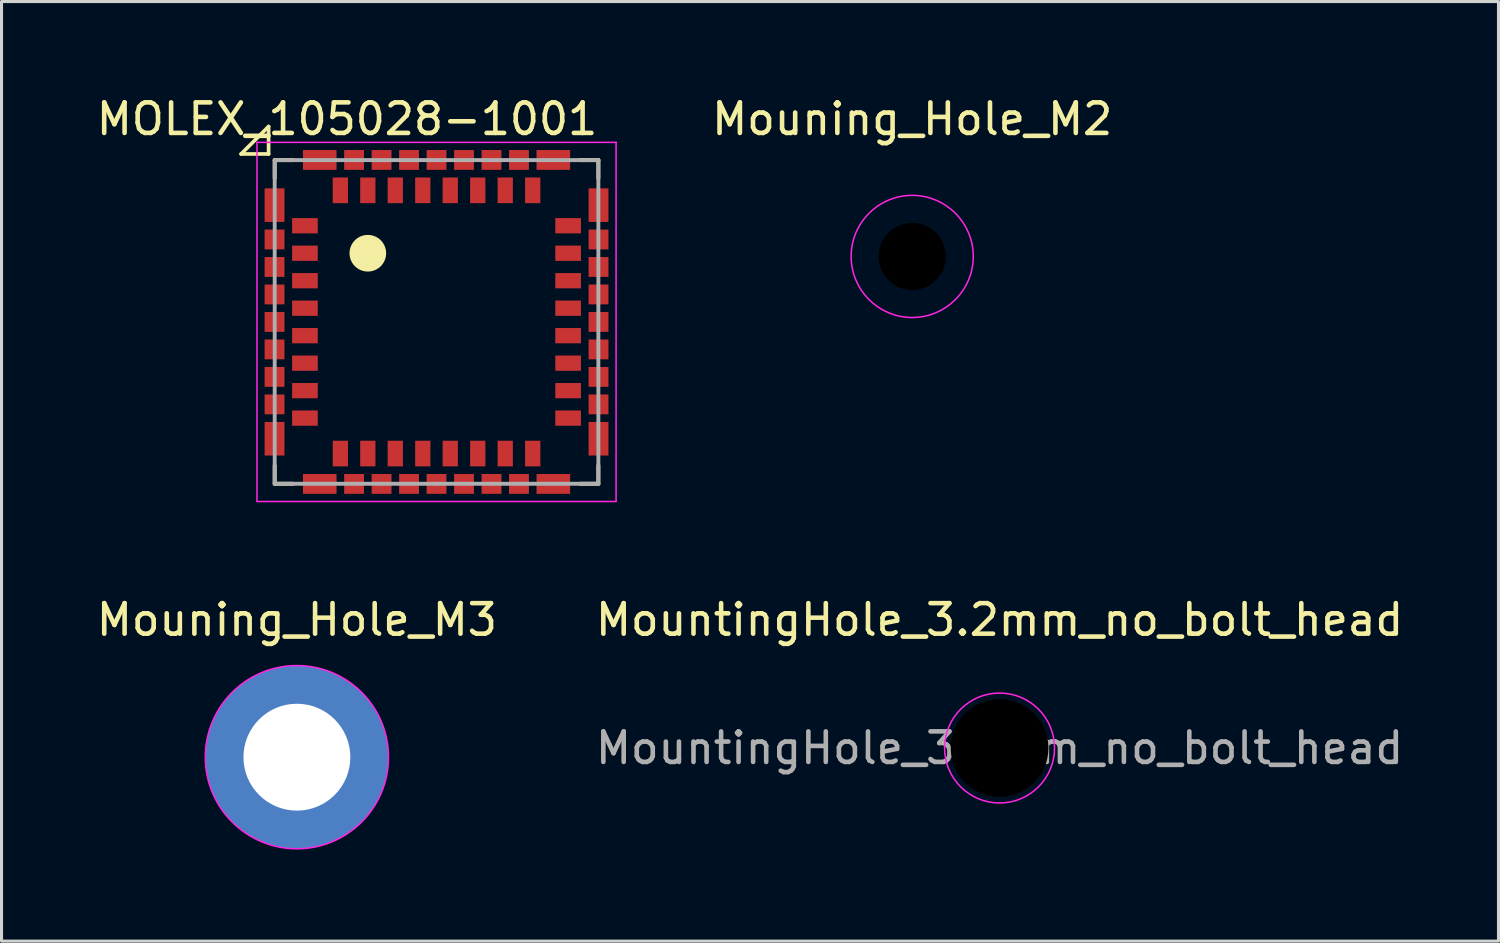
<source format=kicad_pcb>
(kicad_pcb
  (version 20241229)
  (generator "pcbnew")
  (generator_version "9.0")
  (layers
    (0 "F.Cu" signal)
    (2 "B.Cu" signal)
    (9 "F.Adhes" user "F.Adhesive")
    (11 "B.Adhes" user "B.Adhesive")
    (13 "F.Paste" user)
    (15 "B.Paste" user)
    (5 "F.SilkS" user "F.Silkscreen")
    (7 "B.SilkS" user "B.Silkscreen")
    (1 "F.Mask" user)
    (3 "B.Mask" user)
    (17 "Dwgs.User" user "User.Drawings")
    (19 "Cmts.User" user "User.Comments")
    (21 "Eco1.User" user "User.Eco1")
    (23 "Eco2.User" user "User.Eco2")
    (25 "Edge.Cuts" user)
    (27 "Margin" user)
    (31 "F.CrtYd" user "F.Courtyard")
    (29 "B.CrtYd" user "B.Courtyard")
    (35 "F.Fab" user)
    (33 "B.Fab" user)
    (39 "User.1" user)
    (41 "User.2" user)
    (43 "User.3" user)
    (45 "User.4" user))
  (footprint "MountingHole_3.2mm_no_bolt_head"
    (layer "F.Cu")
    (at 29.685 21.447)
    (property "Reference" "MountingHole_3.2mm_no_bolt_head" (at 0 -4.2 0) (layer "F.SilkS") (effects (font (size 1 1) (thickness 0.15))))
    (attr exclude_from_pos_files exclude_from_bom)
    (fp_circle (center 0 0) (end 1.8 0) (stroke (width 0.05) (type solid)) (fill no) (layer "F.CrtYd"))
    (fp_text user "${REFERENCE}" (at 0 0 0) (layer "F.Fab") (effects (font (size 1 1) (thickness 0.15))))
    (pad "" np_thru_hole circle (at 0 0) (size 3.6 3.6) (drill 3.2) (layers "*.Mask")))
  (footprint "Mouning_Hole_M3"
    (layer "F.Cu")
    (at 6.673 21.747)
    (property "Reference" "Mouning_Hole_M3" (at 0 -4.5 0) (layer "F.SilkS") (effects (font (size 1 1) (thickness 0.15))))
    (attr exclude_from_pos_files exclude_from_bom)
    (fp_circle (center 0 0) (end 3 0) (stroke (width 0.05) (type solid)) (fill no) (layer "F.CrtYd"))
    (pad "" np_thru_hole circle (at 0 0) (size 6 6) (drill 3.5) (layers "*.Cu" "*.Mask")))
  (footprint "MOLEX_105028-1001"
    (layer "F.Cu")
    (at 11.246 7.493)
    (property "Reference" "MOLEX_105028-1001" (at -2.931 -6.645 0) (layer "F.SilkS") (effects (font (size 1 1) (thickness 0.15))))
    (attr smd)
    (fp_line (start -6.4 -5.5) (end -5.5 -5.5) (stroke (width 0.12) (type default)) (layer "F.SilkS"))
    (fp_line (start -5.5 -6.4) (end -6.4 -5.5) (stroke (width 0.12) (type default)) (layer "F.SilkS"))
    (fp_line (start -5.5 -5.5) (end -5.5 -6.4) (stroke (width 0.12) (type default)) (layer "F.SilkS"))
    (fp_line (start -5.3 -4.7) (end -5.3 -5.3) (stroke (width 0.127) (type solid)) (layer "F.SilkS"))
    (fp_line (start -5.3 4.7) (end -5.3 5.3) (stroke (width 0.127) (type solid)) (layer "F.SilkS"))
    (fp_line (start -4.7 -5.3) (end -5.3 -5.3) (stroke (width 0.127) (type solid)) (layer "F.SilkS"))
    (fp_line (start -4.7 5.3) (end -5.3 5.3) (stroke (width 0.127) (type solid)) (layer "F.SilkS"))
    (fp_line (start 4.7 -5.3) (end 5.3 -5.3) (stroke (width 0.127) (type solid)) (layer "F.SilkS"))
    (fp_line (start 4.7 5.3) (end 5.3 5.3) (stroke (width 0.127) (type solid)) (layer "F.SilkS"))
    (fp_line (start 5.3 -4.7) (end 5.3 -5.3) (stroke (width 0.127) (type solid)) (layer "F.SilkS"))
    (fp_line (start 5.3 4.7) (end 5.3 5.3) (stroke (width 0.127) (type solid)) (layer "F.SilkS"))
    (fp_circle (center -2.25 -2.25) (end -1.65 -2.25) (stroke (width 0) (type solid)) (fill yes) (layer "F.SilkS"))
    (fp_line (start -5.88 -5.88) (end -5.88 5.88) (stroke (width 0.05) (type solid)) (layer "F.CrtYd"))
    (fp_line (start -5.88 5.88) (end 5.88 5.88) (stroke (width 0.05) (type solid)) (layer "F.CrtYd"))
    (fp_line (start 5.88 -5.88) (end -5.88 -5.88) (stroke (width 0.05) (type solid)) (layer "F.CrtYd"))
    (fp_line (start 5.88 5.88) (end 5.88 -5.88) (stroke (width 0.05) (type solid)) (layer "F.CrtYd"))
    (fp_line (start -5.3 -5.3) (end 5.3 -5.3) (stroke (width 0.127) (type solid)) (layer "F.Fab"))
    (fp_line (start -5.3 5.3) (end -5.3 -5.3) (stroke (width 0.127) (type solid)) (layer "F.Fab"))
    (fp_line (start 5.3 -5.3) (end 5.3 5.3) (stroke (width 0.127) (type solid)) (layer "F.Fab"))
    (fp_line (start 5.3 5.3) (end -5.3 5.3) (stroke (width 0.127) (type solid)) (layer "F.Fab"))
    (pad "" smd rect (at -5.305 -3.825) (size 0.65 1.1) (layers "F.Cu" "F.Mask" "F.Paste"))
    (pad "" smd rect (at -5.305 -2.7) (size 0.65 0.65) (layers "F.Cu" "F.Mask" "F.Paste"))
    (pad "" smd rect (at -5.305 -1.8) (size 0.65 0.65) (layers "F.Cu" "F.Mask" "F.Paste"))
    (pad "" smd rect (at -5.305 -0.9) (size 0.65 0.65) (layers "F.Cu" "F.Mask" "F.Paste"))
    (pad "" smd rect (at -5.305 0) (size 0.65 0.65) (layers "F.Cu" "F.Mask" "F.Paste"))
    (pad "" smd rect (at -5.305 0.9) (size 0.65 0.65) (layers "F.Cu" "F.Mask" "F.Paste"))
    (pad "" smd rect (at -5.305 1.8) (size 0.65 0.65) (layers "F.Cu" "F.Mask" "F.Paste"))
    (pad "" smd rect (at -5.305 2.7) (size 0.65 0.65) (layers "F.Cu" "F.Mask" "F.Paste"))
    (pad "" smd rect (at -5.305 3.825) (size 0.65 1.1) (layers "F.Cu" "F.Mask" "F.Paste"))
    (pad "" smd rect (at -3.825 -5.305) (size 1.1 0.65) (layers "F.Cu" "F.Mask" "F.Paste"))
    (pad "" smd rect (at -3.825 5.305) (size 1.1 0.65) (layers "F.Cu" "F.Mask" "F.Paste"))
    (pad "" smd rect (at -2.7 -5.305) (size 0.65 0.65) (layers "F.Cu" "F.Mask" "F.Paste"))
    (pad "" smd rect (at -2.7 5.305) (size 0.65 0.65) (layers "F.Cu" "F.Mask" "F.Paste"))
    (pad "" smd rect (at -1.8 -5.305) (size 0.65 0.65) (layers "F.Cu" "F.Mask" "F.Paste"))
    (pad "" smd rect (at -1.8 5.305) (size 0.65 0.65) (layers "F.Cu" "F.Mask" "F.Paste"))
    (pad "" smd rect (at -0.9 -5.305) (size 0.65 0.65) (layers "F.Cu" "F.Mask" "F.Paste"))
    (pad "" smd rect (at -0.9 5.305) (size 0.65 0.65) (layers "F.Cu" "F.Mask" "F.Paste"))
    (pad "" smd rect (at 0 -5.305) (size 0.65 0.65) (layers "F.Cu" "F.Mask" "F.Paste"))
    (pad "" smd rect (at 0 5.305) (size 0.65 0.65) (layers "F.Cu" "F.Mask" "F.Paste"))
    (pad "" smd rect (at 0.9 -5.305) (size 0.65 0.65) (layers "F.Cu" "F.Mask" "F.Paste"))
    (pad "" smd rect (at 0.9 5.305) (size 0.65 0.65) (layers "F.Cu" "F.Mask" "F.Paste"))
    (pad "" smd rect (at 1.8 -5.305) (size 0.65 0.65) (layers "F.Cu" "F.Mask" "F.Paste"))
    (pad "" smd rect (at 1.8 5.305) (size 0.65 0.65) (layers "F.Cu" "F.Mask" "F.Paste"))
    (pad "" smd rect (at 2.7 -5.305) (size 0.65 0.65) (layers "F.Cu" "F.Mask" "F.Paste"))
    (pad "" smd rect (at 2.7 5.305) (size 0.65 0.65) (layers "F.Cu" "F.Mask" "F.Paste"))
    (pad "" smd rect (at 3.825 -5.305) (size 1.1 0.65) (layers "F.Cu" "F.Mask" "F.Paste"))
    (pad "" smd rect (at 3.825 5.305) (size 1.1 0.65) (layers "F.Cu" "F.Mask" "F.Paste"))
    (pad "" smd rect (at 5.305 -3.825) (size 0.65 1.1) (layers "F.Cu" "F.Mask" "F.Paste"))
    (pad "" smd rect (at 5.305 -2.7) (size 0.65 0.65) (layers "F.Cu" "F.Mask" "F.Paste"))
    (pad "" smd rect (at 5.305 -1.8) (size 0.65 0.65) (layers "F.Cu" "F.Mask" "F.Paste"))
    (pad "" smd rect (at 5.305 -0.9) (size 0.65 0.65) (layers "F.Cu" "F.Mask" "F.Paste"))
    (pad "" smd rect (at 5.305 0) (size 0.65 0.65) (layers "F.Cu" "F.Mask" "F.Paste"))
    (pad "" smd rect (at 5.305 0.9) (size 0.65 0.65) (layers "F.Cu" "F.Mask" "F.Paste"))
    (pad "" smd rect (at 5.305 1.8) (size 0.65 0.65) (layers "F.Cu" "F.Mask" "F.Paste"))
    (pad "" smd rect (at 5.305 2.7) (size 0.65 0.65) (layers "F.Cu" "F.Mask" "F.Paste"))
    (pad "" smd rect (at 5.305 3.825) (size 0.65 1.1) (layers "F.Cu" "F.Mask" "F.Paste"))
    (pad "1" smd rect (at -4.31 -3.15) (size 0.84 0.5) (layers "F.Cu" "F.Mask" "F.Paste"))
    (pad "2" smd rect (at -4.31 -2.25) (size 0.84 0.5) (layers "F.Cu" "F.Mask" "F.Paste"))
    (pad "3" smd rect (at -4.31 -1.35) (size 0.84 0.5) (layers "F.Cu" "F.Mask" "F.Paste"))
    (pad "4" smd rect (at -4.31 -0.45) (size 0.84 0.5) (layers "F.Cu" "F.Mask" "F.Paste"))
    (pad "5" smd rect (at -4.31 0.45) (size 0.84 0.5) (layers "F.Cu" "F.Mask" "F.Paste"))
    (pad "6" smd rect (at -4.31 1.35) (size 0.84 0.5) (layers "F.Cu" "F.Mask" "F.Paste"))
    (pad "7" smd rect (at -4.31 2.25) (size 0.84 0.5) (layers "F.Cu" "F.Mask" "F.Paste"))
    (pad "8" smd rect (at -4.31 3.15) (size 0.84 0.5) (layers "F.Cu" "F.Mask" "F.Paste"))
    (pad "9" smd rect (at -3.15 4.31) (size 0.5 0.84) (layers "F.Cu" "F.Mask" "F.Paste"))
    (pad "10" smd rect (at -2.25 4.31) (size 0.5 0.84) (layers "F.Cu" "F.Mask" "F.Paste"))
    (pad "11" smd rect (at -1.35 4.31) (size 0.5 0.84) (layers "F.Cu" "F.Mask" "F.Paste"))
    (pad "12" smd rect (at -0.45 4.31) (size 0.5 0.84) (layers "F.Cu" "F.Mask" "F.Paste"))
    (pad "13" smd rect (at 0.45 4.31) (size 0.5 0.84) (layers "F.Cu" "F.Mask" "F.Paste"))
    (pad "14" smd rect (at 1.35 4.31) (size 0.5 0.84) (layers "F.Cu" "F.Mask" "F.Paste"))
    (pad "15" smd rect (at 2.25 4.31) (size 0.5 0.84) (layers "F.Cu" "F.Mask" "F.Paste"))
    (pad "16" smd rect (at 3.15 4.31) (size 0.5 0.84) (layers "F.Cu" "F.Mask" "F.Paste"))
    (pad "17" smd rect (at 4.31 3.15) (size 0.84 0.5) (layers "F.Cu" "F.Mask" "F.Paste"))
    (pad "18" smd rect (at 4.31 2.25) (size 0.84 0.5) (layers "F.Cu" "F.Mask" "F.Paste"))
    (pad "19" smd rect (at 4.31 1.35) (size 0.84 0.5) (layers "F.Cu" "F.Mask" "F.Paste"))
    (pad "20" smd rect (at 4.31 0.45) (size 0.84 0.5) (layers "F.Cu" "F.Mask" "F.Paste"))
    (pad "21" smd rect (at 4.31 -0.45) (size 0.84 0.5) (layers "F.Cu" "F.Mask" "F.Paste"))
    (pad "22" smd rect (at 4.31 -1.35) (size 0.84 0.5) (layers "F.Cu" "F.Mask" "F.Paste"))
    (pad "23" smd rect (at 4.31 -2.25) (size 0.84 0.5) (layers "F.Cu" "F.Mask" "F.Paste"))
    (pad "24" smd rect (at 4.31 -3.15) (size 0.84 0.5) (layers "F.Cu" "F.Mask" "F.Paste"))
    (pad "25" smd rect (at 3.15 -4.31) (size 0.5 0.84) (layers "F.Cu" "F.Mask" "F.Paste"))
    (pad "26" smd rect (at 2.25 -4.31) (size 0.5 0.84) (layers "F.Cu" "F.Mask" "F.Paste"))
    (pad "27" smd rect (at 1.35 -4.31) (size 0.5 0.84) (layers "F.Cu" "F.Mask" "F.Paste"))
    (pad "28" smd rect (at 0.45 -4.31) (size 0.5 0.84) (layers "F.Cu" "F.Mask" "F.Paste"))
    (pad "29" smd rect (at -0.45 -4.31) (size 0.5 0.84) (layers "F.Cu" "F.Mask" "F.Paste"))
    (pad "30" smd rect (at -1.35 -4.31) (size 0.5 0.84) (layers "F.Cu" "F.Mask" "F.Paste"))
    (pad "31" smd rect (at -2.25 -4.31) (size 0.5 0.84) (layers "F.Cu" "F.Mask" "F.Paste"))
    (pad "32" smd rect (at -3.15 -4.31) (size 0.5 0.84) (layers "F.Cu" "F.Mask" "F.Paste")))
  (footprint "Mouning_Hole_M2"
    (layer "F.Cu")
    (at 26.824 5.348)
    (property "Reference" "Mouning_Hole_M2" (at 0 -4.5 0) (layer "F.SilkS") (effects (font (size 1 1) (thickness 0.15))))
    (attr exclude_from_pos_files exclude_from_bom)
    (fp_circle (center 0 0) (end 2 0) (stroke (width 0.05) (type solid)) (fill no) (layer "F.CrtYd"))
    (pad "" np_thru_hole circle (at 0 0) (size 4 4) (drill 2.2) (layers "*.Mask")))
  (gr_rect
    (start -3 -3)
    (end 46.024 27.771)
    (stroke (width 0.1) (type default))
    (fill no)
    (layer "Edge.Cuts")))
</source>
